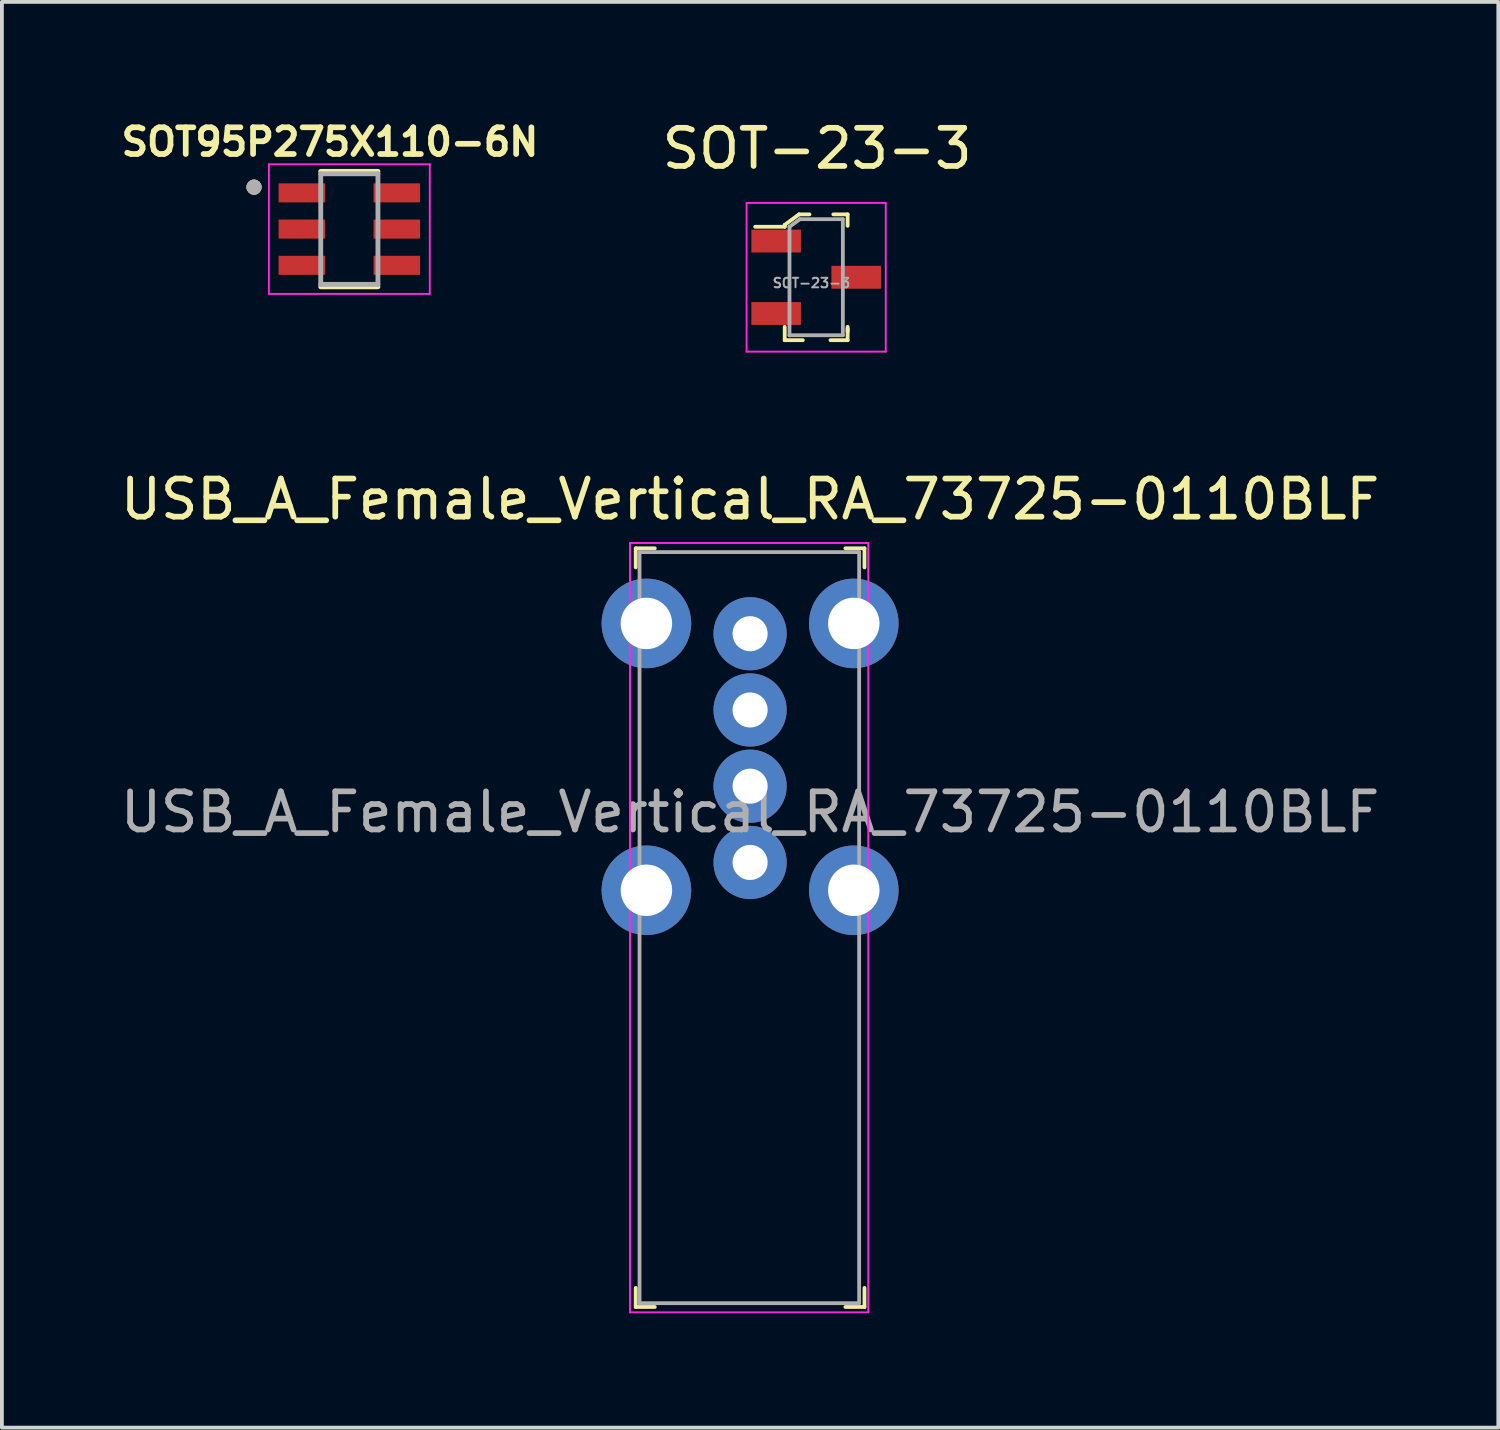
<source format=kicad_pcb>
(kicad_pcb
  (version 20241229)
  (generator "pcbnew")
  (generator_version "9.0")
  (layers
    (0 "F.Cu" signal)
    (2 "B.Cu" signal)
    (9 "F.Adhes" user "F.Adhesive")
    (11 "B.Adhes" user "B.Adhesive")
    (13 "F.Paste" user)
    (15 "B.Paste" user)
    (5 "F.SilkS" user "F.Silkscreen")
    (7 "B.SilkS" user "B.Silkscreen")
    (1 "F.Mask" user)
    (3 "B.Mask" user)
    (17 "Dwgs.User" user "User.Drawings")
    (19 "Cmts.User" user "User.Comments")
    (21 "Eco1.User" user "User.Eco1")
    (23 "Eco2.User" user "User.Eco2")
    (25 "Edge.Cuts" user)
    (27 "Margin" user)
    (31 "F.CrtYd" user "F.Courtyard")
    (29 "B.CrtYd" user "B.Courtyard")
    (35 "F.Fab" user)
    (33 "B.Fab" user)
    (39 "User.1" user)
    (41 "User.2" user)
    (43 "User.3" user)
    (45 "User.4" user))
  (footprint "SOT-23-3"
    (layer "F.Cu")
    (at 18.358 4.223)
    (property "Reference" "SOT-23-3" (at 0.025 -3.375 0) (layer "F.SilkS") (effects (font (size 1 1) (thickness 0.15))))
    (attr smd)
    (fp_line (start -0.825 -1.375) (end -0.825 -1.325) (stroke (width 0.1) (type solid)) (layer "F.SilkS"))
    (fp_line (start -0.825 -1.325) (end -1.6 -1.325) (stroke (width 0.1) (type solid)) (layer "F.SilkS"))
    (fp_line (start -0.825 1.65) (end -0.825 1.3) (stroke (width 0.1) (type solid)) (layer "F.SilkS"))
    (fp_line (start -0.45 -1.65) (end -0.825 -1.375) (stroke (width 0.1) (type solid)) (layer "F.SilkS"))
    (fp_line (start -0.35 1.65) (end -0.825 1.65) (stroke (width 0.1) (type solid)) (layer "F.SilkS"))
    (fp_line (start -0.175 -1.65) (end -0.45 -1.65) (stroke (width 0.1) (type solid)) (layer "F.SilkS"))
    (fp_line (start 0.45 -1.65) (end 0.825 -1.65) (stroke (width 0.1) (type solid)) (layer "F.SilkS"))
    (fp_line (start 0.825 -1.65) (end 0.825 -1.35) (stroke (width 0.1) (type solid)) (layer "F.SilkS"))
    (fp_line (start 0.825 1.35) (end 0.825 1.65) (stroke (width 0.1) (type solid)) (layer "F.SilkS"))
    (fp_line (start 0.825 1.425) (end 0.825 1.3) (stroke (width 0.1) (type solid)) (layer "F.SilkS"))
    (fp_line (start 0.825 1.65) (end 0.375 1.65) (stroke (width 0.1) (type solid)) (layer "F.SilkS"))
    (fp_line (start -1.825 -1.95) (end -1.825 1.95) (stroke (width 0.05) (type solid)) (layer "F.CrtYd"))
    (fp_line (start -1.825 -1.95) (end 1.825 -1.95) (stroke (width 0.05) (type solid)) (layer "F.CrtYd"))
    (fp_line (start 1.825 -1.95) (end 1.825 1.95) (stroke (width 0.05) (type solid)) (layer "F.CrtYd"))
    (fp_line (start 1.825 1.95) (end -1.825 1.95) (stroke (width 0.05) (type solid)) (layer "F.CrtYd"))
    (fp_line (start -0.7 -1.325) (end -0.7 1.525) (stroke (width 0.1) (type solid)) (layer "F.Fab"))
    (fp_line (start -0.7 1.52) (end 0.7 1.52) (stroke (width 0.1) (type solid)) (layer "F.Fab"))
    (fp_line (start -0.425 -1.525) (end -0.7 -1.325) (stroke (width 0.1) (type solid)) (layer "F.Fab"))
    (fp_line (start -0.425 -1.525) (end 0.7 -1.525) (stroke (width 0.1) (type solid)) (layer "F.Fab"))
    (fp_line (start 0.7 1.52) (end 0.7 -1.52) (stroke (width 0.1) (type solid)) (layer "F.Fab"))
    (fp_text user "${REFERENCE}" (at -0.125 0.15 0) (layer "F.Fab") (effects (font (size 0.25 0.25) (thickness 0.05))))
    (pad "1" smd rect (at -1.05 -0.95) (size 1.3 0.6) (layers "F.Cu" "F.Mask" "F.Paste"))
    (pad "2" smd rect (at -1.05 0.95) (size 1.3 0.6) (layers "F.Cu" "F.Mask" "F.Paste"))
    (pad "3" smd rect (at 1.05 0) (size 1.3 0.6) (layers "F.Cu" "F.Mask" "F.Paste")))
  (footprint "SOT95P275X110-6N"
    (layer "F.Cu")
    (at 6.113 2.959)
    (property "Reference" "SOT95P275X110-6N" (at -0.508 -2.286 0) (layer "F.SilkS") (effects (font (size 0.7 0.7) (thickness 0.15))))
    (attr through_hole)
    (fp_line (start -0.75 -1.514) (end 0.75 -1.514) (stroke (width 0.127) (type solid)) (layer "F.SilkS"))
    (fp_line (start -0.75 1.514) (end 0.75 1.514) (stroke (width 0.127) (type solid)) (layer "F.SilkS"))
    (fp_circle (center -2.5 -1.1) (end -2.4 -1.1) (stroke (width 0.2) (type solid)) (fill no) (layer "F.SilkS"))
    (fp_line (start -2.11 -1.7) (end 2.11 -1.7) (stroke (width 0.05) (type solid)) (layer "F.CrtYd"))
    (fp_line (start -2.11 1.7) (end -2.11 -1.7) (stroke (width 0.05) (type solid)) (layer "F.CrtYd"))
    (fp_line (start 2.11 -1.7) (end 2.11 1.7) (stroke (width 0.05) (type solid)) (layer "F.CrtYd"))
    (fp_line (start 2.11 1.7) (end -2.11 1.7) (stroke (width 0.05) (type solid)) (layer "F.CrtYd"))
    (fp_line (start -0.75 -1.45) (end 0.75 -1.45) (stroke (width 0.127) (type solid)) (layer "F.Fab"))
    (fp_line (start -0.75 1.45) (end -0.75 -1.45) (stroke (width 0.127) (type solid)) (layer "F.Fab"))
    (fp_line (start 0.75 -1.45) (end 0.75 1.45) (stroke (width 0.127) (type solid)) (layer "F.Fab"))
    (fp_line (start 0.75 1.45) (end -0.75 1.45) (stroke (width 0.127) (type solid)) (layer "F.Fab"))
    (fp_circle (center -2.5 -1.1) (end -2.4 -1.1) (stroke (width 0.2) (type solid)) (fill no) (layer "F.Fab"))
    (pad "1" smd rect (at -1.245 -0.95) (size 1.22 0.5) (layers "F.Cu" "F.Mask" "F.Paste"))
    (pad "2" smd rect (at -1.245 0) (size 1.22 0.5) (layers "F.Cu" "F.Mask" "F.Paste"))
    (pad "3" smd rect (at -1.245 0.95) (size 1.22 0.5) (layers "F.Cu" "F.Mask" "F.Paste"))
    (pad "4" smd rect (at 1.245 0.95) (size 1.22 0.5) (layers "F.Cu" "F.Mask" "F.Paste"))
    (pad "5" smd rect (at 1.245 0) (size 1.22 0.5) (layers "F.Cu" "F.Mask" "F.Paste"))
    (pad "6" smd rect (at 1.245 -0.95) (size 1.22 0.5) (layers "F.Cu" "F.Mask" "F.Paste")))
  (footprint "USB_A_Female_Vertical_RA_73725-0110BLF"
    (layer "F.Cu")
    (at 16.625 19.572)
    (property "Reference" "USB_A_Female_Vertical_RA_73725-0110BLF" (at 0 -9.525 0) (layer "F.SilkS") (effects (font (size 1 1) (thickness 0.15))))
    (attr through_hole)
    (fp_line (start -3 -8.24) (end -3 -7.74) (stroke (width 0.1) (type solid)) (layer "F.SilkS"))
    (fp_line (start -3 -8.24) (end -2.5 -8.24) (stroke (width 0.1) (type solid)) (layer "F.SilkS"))
    (fp_line (start -3 11.66) (end -3 11.16) (stroke (width 0.1) (type solid)) (layer "F.SilkS"))
    (fp_line (start -3 11.66) (end -2.5 11.66) (stroke (width 0.1) (type solid)) (layer "F.SilkS"))
    (fp_line (start 3 -8.24) (end 2.5 -8.24) (stroke (width 0.1) (type solid)) (layer "F.SilkS"))
    (fp_line (start 3 -8.24) (end 3 -7.74) (stroke (width 0.1) (type solid)) (layer "F.SilkS"))
    (fp_line (start 3 11.66) (end 2.5 11.66) (stroke (width 0.1) (type solid)) (layer "F.SilkS"))
    (fp_line (start 3 11.66) (end 3 11.16) (stroke (width 0.1) (type solid)) (layer "F.SilkS"))
    (fp_line (start -3.15 -8.38) (end -3.15 11.8) (stroke (width 0.05) (type solid)) (layer "F.CrtYd"))
    (fp_line (start -3.15 -8.38) (end 3.1 -8.38) (stroke (width 0.05) (type solid)) (layer "F.CrtYd"))
    (fp_line (start -3.15 11.8) (end 3.1 11.8) (stroke (width 0.05) (type solid)) (layer "F.CrtYd"))
    (fp_line (start 3.1 -8.38) (end 3.1 11.8) (stroke (width 0.05) (type solid)) (layer "F.CrtYd"))
    (fp_line (start -2.9 -8.14) (end 2.86 -8.14) (stroke (width 0.1) (type solid)) (layer "F.Fab"))
    (fp_line (start -2.9 11.56) (end -2.9 -8.14) (stroke (width 0.1) (type solid)) (layer "F.Fab"))
    (fp_line (start -2.9 11.56) (end 2.86 11.56) (stroke (width 0.1) (type solid)) (layer "F.Fab"))
    (fp_line (start 2.86 11.56) (end 2.86 -8.14) (stroke (width 0.1) (type solid)) (layer "F.Fab"))
    (fp_text user "${REFERENCE}" (at 0 -1.32 0) (layer "F.Fab") (effects (font (size 1 1) (thickness 0.15))))
    (pad "1" thru_hole circle (at 0 0) (size 1.92 1.92) (drill 0.92) (layers "*.Cu" "*.Mask"))
    (pad "2" thru_hole circle (at 0 -2) (size 1.92 1.92) (drill 0.92) (layers "*.Cu" "*.Mask"))
    (pad "3" thru_hole circle (at 0 -4) (size 1.92 1.92) (drill 0.92) (layers "*.Cu" "*.Mask"))
    (pad "4" thru_hole circle (at 0 -6) (size 1.92 1.92) (drill 0.92) (layers "*.Cu" "*.Mask"))
    (pad "SH" thru_hole circle (at -2.72 -6.27) (size 2.35 2.35) (drill 1.35) (layers "*.Cu" "*.Mask"))
    (pad "SH" thru_hole circle (at -2.72 0.73) (size 2.35 2.35) (drill 1.35) (layers "*.Cu" "*.Mask"))
    (pad "SH" thru_hole circle (at 2.72 -6.27) (size 2.35 2.35) (drill 1.35) (layers "*.Cu" "*.Mask"))
    (pad "SH" thru_hole circle (at 2.72 0.73) (size 2.35 2.35) (drill 1.35) (layers "*.Cu" "*.Mask")))
  (gr_rect
    (start -3 -3)
    (end 36.25 34.397)
    (stroke (width 0.1) (type default))
    (fill no)
    (layer "Edge.Cuts")))
</source>
